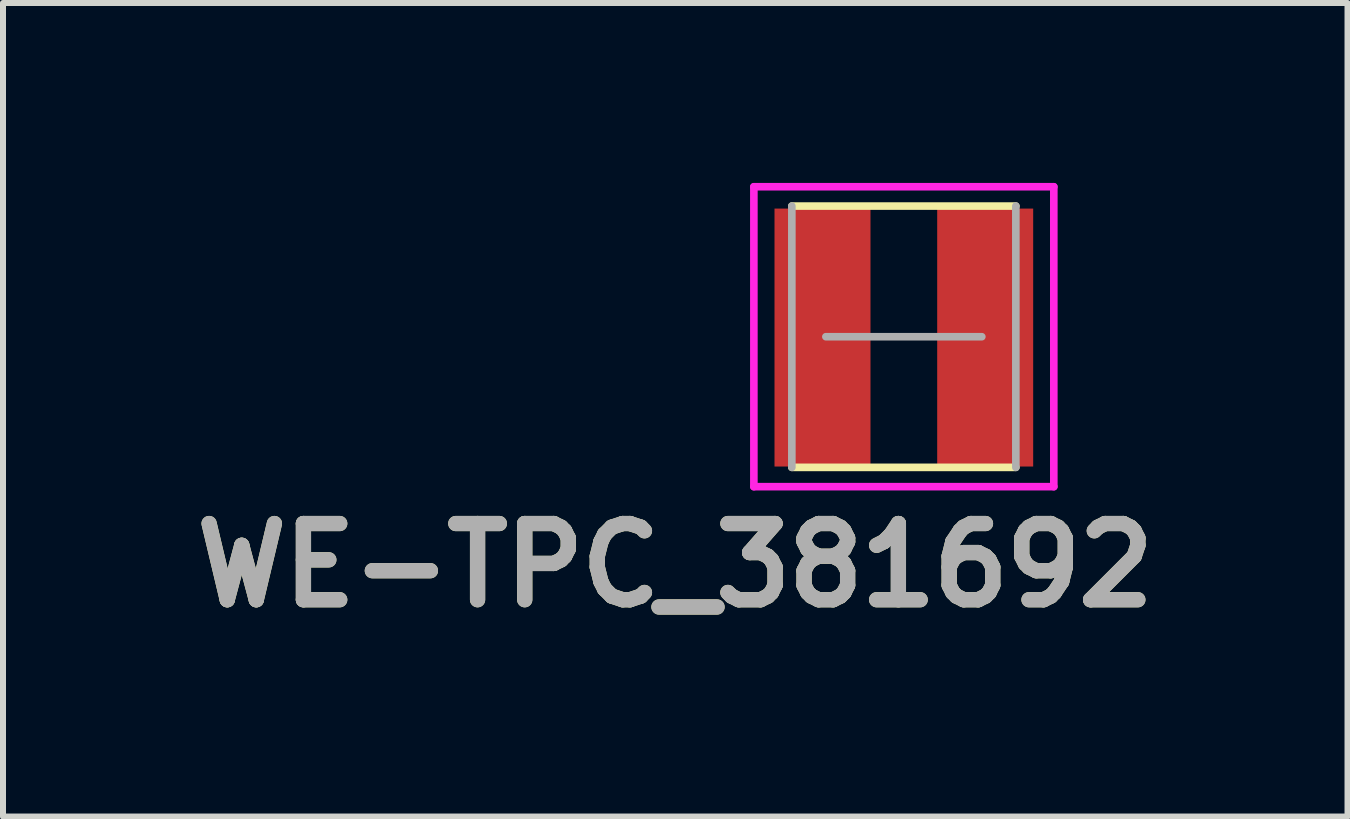
<source format=kicad_pcb>
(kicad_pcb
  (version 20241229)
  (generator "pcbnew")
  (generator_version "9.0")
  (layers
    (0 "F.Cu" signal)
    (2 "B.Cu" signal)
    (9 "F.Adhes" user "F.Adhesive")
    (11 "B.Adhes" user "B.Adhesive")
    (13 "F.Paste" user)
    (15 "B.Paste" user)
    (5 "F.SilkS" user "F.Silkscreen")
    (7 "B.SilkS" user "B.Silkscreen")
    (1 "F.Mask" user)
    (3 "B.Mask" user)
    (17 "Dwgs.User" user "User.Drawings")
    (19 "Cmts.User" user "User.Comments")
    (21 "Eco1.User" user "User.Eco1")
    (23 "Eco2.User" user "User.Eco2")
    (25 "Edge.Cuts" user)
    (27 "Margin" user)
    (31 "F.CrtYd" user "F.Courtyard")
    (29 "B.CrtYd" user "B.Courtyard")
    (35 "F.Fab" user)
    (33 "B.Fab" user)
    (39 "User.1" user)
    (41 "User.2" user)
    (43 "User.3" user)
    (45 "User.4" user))
  (footprint "WE-TPC_381692"
    (layer "F.Cu")
    (at 12.017 2.563)
    (property "Reference" "WE-TPC_381692" (at -3.81 3.81 0) (layer "F.SilkS") (effects (font (size 1.27 1.27) (thickness 0.254))))
    (attr smd)
    (fp_line (start -1.867 -2.178) (end 1.867 -2.178) (stroke (width 0.127) (type solid)) (layer "F.SilkS"))
    (fp_line (start 1.867 2.178) (end -1.867 2.178) (stroke (width 0.127) (type solid)) (layer "F.SilkS"))
    (fp_line (start -2.5 -2.5) (end 2.5 -2.5) (stroke (width 0.127) (type solid)) (layer "F.CrtYd"))
    (fp_line (start -2.5 2.5) (end -2.5 -2.5) (stroke (width 0.127) (type solid)) (layer "F.CrtYd"))
    (fp_line (start 2.5 -2.5) (end 2.5 2.5) (stroke (width 0.127) (type solid)) (layer "F.CrtYd"))
    (fp_line (start 2.5 2.5) (end -2.5 2.5) (stroke (width 0.127) (type solid)) (layer "F.CrtYd"))
    (fp_line (start -1.867 2.178) (end -1.867 -2.178) (stroke (width 0.127) (type solid)) (layer "F.Fab"))
    (fp_line (start -1.3 0) (end 1.3 0) (stroke (width 0.127) (type solid)) (layer "F.Fab"))
    (fp_line (start 1.867 -2.178) (end 1.867 2.178) (stroke (width 0.127) (type solid)) (layer "F.Fab"))
    (fp_text user "${REFERENCE}" (at -3.81 3.81 0) (layer "F.Fab") (effects (font (size 1.27 1.27) (thickness 0.254))))
    (pad "1" smd rect (at -1.356 0.014) (size 1.6 4.3) (layers "F.Cu" "F.Mask" "F.Paste"))
    (pad "2" smd rect (at 1.356 0.014) (size 1.6 4.3) (layers "F.Cu" "F.Mask" "F.Paste")))
  (gr_rect
    (start -3 -3)
    (end 19.413 10.562)
    (stroke (width 0.1) (type default))
    (fill no)
    (layer "Edge.Cuts")))
</source>
